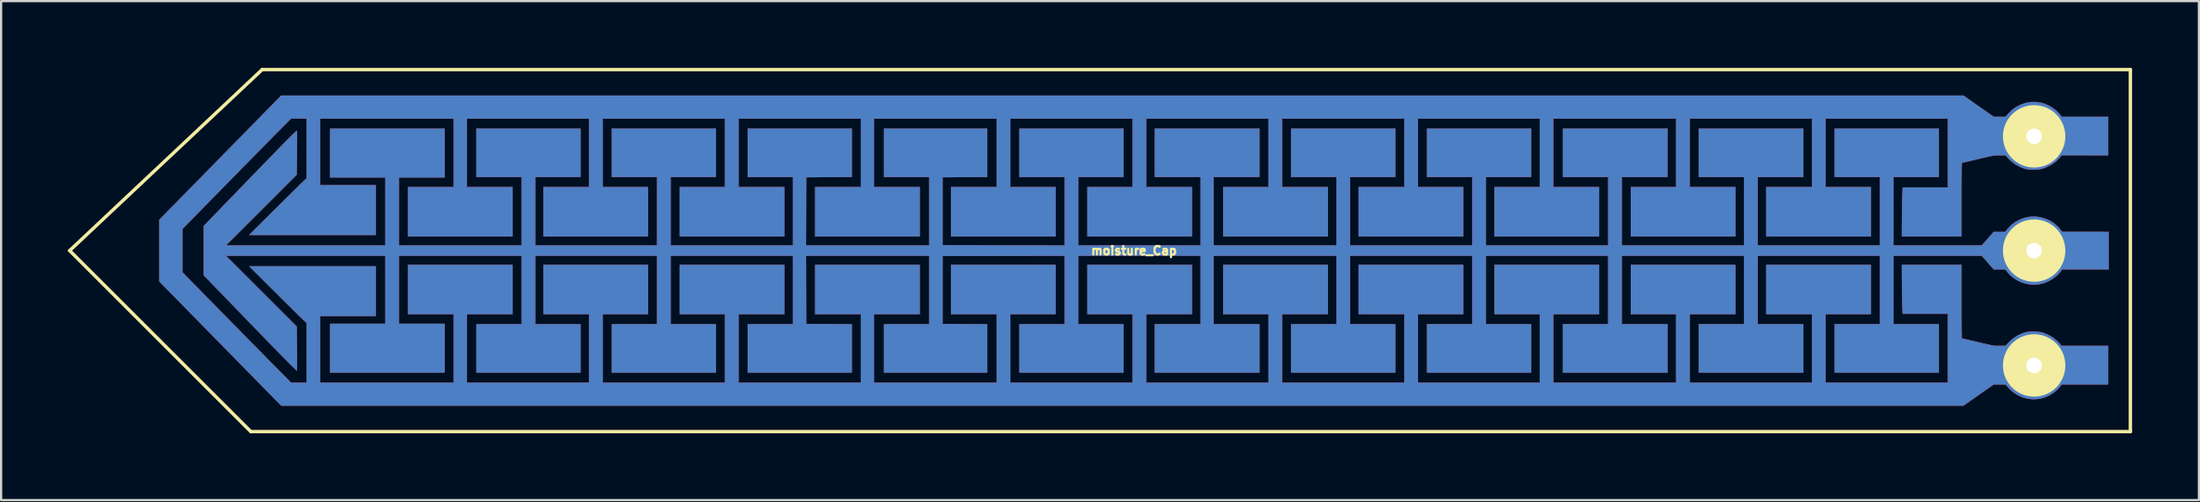
<source format=kicad_pcb>
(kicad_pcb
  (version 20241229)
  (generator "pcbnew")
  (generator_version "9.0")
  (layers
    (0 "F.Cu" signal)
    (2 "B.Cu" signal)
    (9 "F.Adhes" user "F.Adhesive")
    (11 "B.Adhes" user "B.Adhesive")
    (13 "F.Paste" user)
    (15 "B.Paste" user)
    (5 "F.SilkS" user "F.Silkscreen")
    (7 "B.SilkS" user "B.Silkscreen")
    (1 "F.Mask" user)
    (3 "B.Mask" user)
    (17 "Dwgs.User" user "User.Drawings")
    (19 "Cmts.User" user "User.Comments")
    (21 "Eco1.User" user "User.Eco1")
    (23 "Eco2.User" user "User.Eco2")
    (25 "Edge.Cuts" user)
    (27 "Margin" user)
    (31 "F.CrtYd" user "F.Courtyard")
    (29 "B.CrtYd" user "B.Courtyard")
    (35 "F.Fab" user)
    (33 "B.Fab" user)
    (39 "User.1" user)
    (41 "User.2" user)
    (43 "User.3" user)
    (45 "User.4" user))
  (footprint "moisture_Cap"
    (layer "F.Cu")
    (at 47.827 8.203)
    (property "Reference" "moisture_Cap" (at 0 0 0) (layer "F.SilkS") (effects (font (size 0.381 0.381) (thickness 0.095))))
    (attr through_hole)
    (fp_poly (pts (xy 43.731 0.846) (xy 42.687 0.846) (xy 41.643 0.846) (xy 41.559 0.955) (xy 41.43 1.1) (xy 41.27 1.232) (xy 41.09 1.346) (xy 40.899 1.435) (xy 40.841 1.458) (xy 40.731 1.483) (xy 40.731 -0.03) (xy 40.711 -0.13) (xy 40.663 -0.218) (xy 40.592 -0.292) (xy 40.498 -0.34) (xy 40.381 -0.361) (xy 40.376 -0.361) (xy 40.256 -0.34) (xy 40.155 -0.284) (xy 40.076 -0.198) (xy 40.028 -0.091) (xy 40.015 0.028) (xy 40.041 0.137) (xy 40.099 0.231) (xy 40.183 0.305) (xy 40.287 0.351) (xy 40.371 0.361) (xy 40.447 0.353) (xy 40.513 0.338) (xy 40.531 0.33) (xy 40.627 0.259) (xy 40.691 0.173) (xy 40.726 0.074) (xy 40.731 -0.03) (xy 40.731 1.483) (xy 40.607 1.514) (xy 40.368 1.532) (xy 40.129 1.511) (xy 39.896 1.455) (xy 39.675 1.364) (xy 39.472 1.24) (xy 39.289 1.085) (xy 39.192 0.975) (xy 39.088 0.846) (xy 38.832 0.846) (xy 38.572 0.846) (xy 38.306 0.541) (xy 38.036 0.234) (xy 36.058 0.234) (xy 34.079 0.234) (xy 34.079 1.768) (xy 34.079 3.302) (xy 35.095 3.302) (xy 36.111 3.302) (xy 36.111 4.392) (xy 36.111 5.481) (xy 33.772 5.481) (xy 31.433 5.481) (xy 31.433 4.392) (xy 31.433 3.302) (xy 32.449 3.302) (xy 33.465 3.302) (xy 33.465 1.768) (xy 33.465 0.234) (xy 30.724 0.234) (xy 27.983 0.234) (xy 27.983 1.768) (xy 27.983 3.302) (xy 29.009 3.302) (xy 30.035 3.302) (xy 30.035 4.392) (xy 30.035 5.481) (xy 27.686 5.481) (xy 25.337 5.481) (xy 25.337 4.392) (xy 25.337 3.302) (xy 26.352 3.302) (xy 27.369 3.302) (xy 27.369 1.768) (xy 27.369 0.234) (xy 24.628 0.234) (xy 21.887 0.234) (xy 21.887 1.768) (xy 21.887 3.302) (xy 22.913 3.302) (xy 23.939 3.302) (xy 23.939 4.392) (xy 23.939 5.481) (xy 21.59 5.481) (xy 19.241 5.481) (xy 19.241 4.392) (xy 19.241 3.302) (xy 20.256 3.302) (xy 21.273 3.302) (xy 21.273 1.768) (xy 21.273 0.234) (xy 18.532 0.234) (xy 15.791 0.234) (xy 15.791 1.768) (xy 15.791 3.302) (xy 16.807 3.302) (xy 17.823 3.302) (xy 17.823 4.392) (xy 17.823 5.481) (xy 15.484 5.481) (xy 13.145 5.481) (xy 13.145 4.392) (xy 13.145 3.302) (xy 14.161 3.302) (xy 15.177 3.302) (xy 15.177 1.768) (xy 15.177 0.234) (xy 12.436 0.234) (xy 9.695 0.234) (xy 9.695 1.768) (xy 9.695 3.302) (xy 10.711 3.302) (xy 11.727 3.302) (xy 11.727 4.392) (xy 11.727 5.481) (xy 9.388 5.481) (xy 7.048 5.481) (xy 7.048 4.392) (xy 7.048 3.302) (xy 8.065 3.302) (xy 9.081 3.302) (xy 9.081 1.768) (xy 9.081 0.234) (xy 6.33 0.234) (xy 3.576 0.234) (xy 3.576 1.768) (xy 3.576 3.302) (xy 4.605 3.302) (xy 5.631 3.302) (xy 5.631 4.392) (xy 5.631 5.481) (xy 3.282 5.481) (xy 0.932 5.481) (xy 0.932 4.392) (xy 0.932 3.302) (xy 1.958 3.302) (xy 2.985 3.302) (xy 2.985 1.768) (xy 2.985 0.234) (xy 0.244 0.234) (xy -2.497 0.234) (xy -2.497 1.768) (xy -2.497 3.302) (xy -1.481 3.302) (xy -0.465 3.302) (xy -0.465 4.392) (xy -0.465 5.481) (xy -2.804 5.481) (xy -5.144 5.481) (xy -5.144 4.392) (xy -5.144 3.302) (xy -4.128 3.302) (xy -3.111 3.302) (xy -3.111 1.768) (xy -3.111 0.234) (xy -5.847 0.239) (xy -8.583 0.244) (xy -8.583 1.768) (xy -8.583 3.292) (xy -7.584 3.297) (xy -6.584 3.302) (xy -6.584 4.392) (xy -6.584 5.481) (xy -8.9 5.481) (xy -11.219 5.481) (xy -11.219 4.392) (xy -11.219 3.302) (xy -10.203 3.302) (xy -9.187 3.302) (xy -9.187 1.768) (xy -9.187 0.234) (xy -11.948 0.234) (xy -14.712 0.234) (xy -14.707 1.763) (xy -14.702 3.292) (xy -13.68 3.297) (xy -12.657 3.302) (xy -12.657 4.392) (xy -12.657 5.481) (xy -14.996 5.481) (xy -17.335 5.481) (xy -17.335 4.392) (xy -17.335 3.302) (xy -16.32 3.302) (xy -15.303 3.302) (xy -15.303 1.768) (xy -15.303 0.234) (xy -18.044 0.234) (xy -20.785 0.234) (xy -20.785 1.768) (xy -20.785 3.302) (xy -19.769 3.302) (xy -18.753 3.302) (xy -18.753 4.392) (xy -18.753 5.481) (xy -21.092 5.481) (xy -23.431 5.481) (xy -23.431 4.392) (xy -23.431 3.302) (xy -22.416 3.302) (xy -21.399 3.302) (xy -21.399 1.768) (xy -21.399 0.234) (xy -24.13 0.234) (xy -26.86 0.234) (xy -26.86 1.768) (xy -26.86 3.302) (xy -25.845 3.302) (xy -24.828 3.302) (xy -24.828 4.392) (xy -24.828 5.481) (xy -27.168 5.481) (xy -29.507 5.481) (xy -29.507 4.392) (xy -29.507 3.302) (xy -28.491 3.302) (xy -27.475 3.302) (xy -27.475 1.768) (xy -27.475 0.234) (xy -30.226 0.234) (xy -32.977 0.234) (xy -32.977 1.758) (xy -32.977 3.282) (xy -31.951 3.282) (xy -30.924 3.282) (xy -30.924 4.381) (xy -30.924 5.481) (xy -33.498 5.481) (xy -36.068 5.481) (xy -36.068 4.381) (xy -36.068 3.282) (xy -34.831 3.282) (xy -33.592 3.282) (xy -33.592 1.758) (xy -33.592 0.234) (xy -37.163 0.234) (xy -40.737 0.234) (xy -39.149 1.819) (xy -37.564 3.406) (xy -37.554 4.374) (xy -37.551 4.575) (xy -37.551 4.763) (xy -37.551 4.933) (xy -37.549 5.085) (xy -37.549 5.21) (xy -37.551 5.304) (xy -37.551 5.364) (xy -37.554 5.385) (xy -37.562 5.385) (xy -37.584 5.367) (xy -37.622 5.334) (xy -37.678 5.281) (xy -37.752 5.21) (xy -37.846 5.118) (xy -37.958 5.006) (xy -38.092 4.869) (xy -38.25 4.709) (xy -38.43 4.524) (xy -38.636 4.313) (xy -38.867 4.077) (xy -39.126 3.81) (xy -39.413 3.513) (xy -39.444 3.48) (xy -39.682 3.236) (xy -39.914 2.997) (xy -40.137 2.764) (xy -40.353 2.543) (xy -40.556 2.332) (xy -40.747 2.134) (xy -40.922 1.953) (xy -41.079 1.791) (xy -41.217 1.648) (xy -41.333 1.529) (xy -41.427 1.433) (xy -41.493 1.361) (xy -41.534 1.321) (xy -41.74 1.107) (xy -41.74 0) (xy -41.74 -1.107) (xy -41.534 -1.321) (xy -41.493 -1.364) (xy -41.425 -1.433) (xy -41.331 -1.532) (xy -41.214 -1.651) (xy -41.077 -1.793) (xy -40.919 -1.958) (xy -40.744 -2.139) (xy -40.554 -2.334) (xy -40.35 -2.545) (xy -40.135 -2.769) (xy -39.908 -3) (xy -39.677 -3.241) (xy -39.444 -3.482) (xy -39.154 -3.78) (xy -38.895 -4.049) (xy -38.659 -4.29) (xy -38.451 -4.503) (xy -38.268 -4.691) (xy -38.11 -4.854) (xy -37.973 -4.991) (xy -37.856 -5.108) (xy -37.762 -5.202) (xy -37.686 -5.276) (xy -37.628 -5.329) (xy -37.587 -5.364) (xy -37.562 -5.385) (xy -37.554 -5.387) (xy -37.551 -5.357) (xy -37.551 -5.291) (xy -37.549 -5.189) (xy -37.549 -5.06) (xy -37.551 -4.905) (xy -37.551 -4.732) (xy -37.554 -4.542) (xy -37.554 -4.376) (xy -37.564 -3.406) (xy -39.149 -1.819) (xy -40.737 -0.234) (xy -37.163 -0.234) (xy -33.592 -0.234) (xy -33.592 -1.758) (xy -33.592 -3.282) (xy -34.831 -3.282) (xy -36.068 -3.282) (xy -36.068 -4.381) (xy -36.068 -5.481) (xy -33.498 -5.481) (xy -30.924 -5.481) (xy -30.924 -4.381) (xy -30.924 -3.282) (xy -31.951 -3.282) (xy -32.977 -3.282) (xy -32.977 -1.758) (xy -32.977 -0.234) (xy -30.226 -0.234) (xy -27.475 -0.234) (xy -27.475 -1.768) (xy -27.475 -3.302) (xy -28.491 -3.302) (xy -29.507 -3.302) (xy -29.507 -4.392) (xy -29.507 -5.481) (xy -27.168 -5.481) (xy -24.828 -5.481) (xy -24.828 -4.392) (xy -24.828 -3.302) (xy -25.845 -3.302) (xy -26.86 -3.302) (xy -26.86 -1.768) (xy -26.86 -0.234) (xy -24.13 -0.234) (xy -21.399 -0.234) (xy -21.399 -1.768) (xy -21.399 -3.302) (xy -22.416 -3.302) (xy -23.431 -3.302) (xy -23.431 -4.392) (xy -23.431 -5.481) (xy -21.092 -5.481) (xy -18.753 -5.481) (xy -18.753 -4.392) (xy -18.753 -3.302) (xy -19.769 -3.302) (xy -20.785 -3.302) (xy -20.785 -1.768) (xy -20.785 -0.234) (xy -18.044 -0.234) (xy -15.303 -0.234) (xy -15.303 -1.768) (xy -15.303 -3.302) (xy -16.32 -3.302) (xy -17.335 -3.302) (xy -17.335 -4.392) (xy -17.335 -5.481) (xy -14.996 -5.481) (xy -12.657 -5.481) (xy -12.657 -4.392) (xy -12.657 -3.302) (xy -13.68 -3.297) (xy -14.702 -3.292) (xy -14.707 -1.763) (xy -14.712 -0.234) (xy -11.948 -0.234) (xy -9.187 -0.234) (xy -9.187 -1.768) (xy -9.187 -3.302) (xy -10.203 -3.302) (xy -11.219 -3.302) (xy -11.219 -4.392) (xy -11.219 -5.481) (xy -8.9 -5.481) (xy -6.584 -5.481) (xy -6.584 -4.392) (xy -6.584 -3.302) (xy -7.584 -3.297) (xy -8.583 -3.292) (xy -8.583 -1.768) (xy -8.583 -0.244) (xy -5.847 -0.239) (xy -3.111 -0.234) (xy -3.111 -1.768) (xy -3.111 -3.302) (xy -4.128 -3.302) (xy -5.144 -3.302) (xy -5.144 -4.392) (xy -5.144 -5.481) (xy -2.804 -5.481) (xy -0.465 -5.481) (xy -0.465 -4.392) (xy -0.465 -3.302) (xy -1.481 -3.302) (xy -2.497 -3.302) (xy -2.497 -1.768) (xy -2.497 -0.234) (xy 0.244 -0.234) (xy 2.985 -0.234) (xy 2.985 -1.768) (xy 2.985 -3.302) (xy 1.958 -3.302) (xy 0.932 -3.302) (xy 0.932 -4.392) (xy 0.932 -5.481) (xy 3.282 -5.481) (xy 5.631 -5.481) (xy 5.631 -4.392) (xy 5.631 -3.302) (xy 4.605 -3.302) (xy 3.576 -3.302) (xy 3.576 -1.768) (xy 3.576 -0.234) (xy 6.33 -0.234) (xy 9.081 -0.234) (xy 9.081 -1.768) (xy 9.081 -3.302) (xy 8.065 -3.302) (xy 7.048 -3.302) (xy 7.048 -4.392) (xy 7.048 -5.481) (xy 9.388 -5.481) (xy 11.727 -5.481) (xy 11.727 -4.392) (xy 11.727 -3.302) (xy 10.711 -3.302) (xy 9.695 -3.302) (xy 9.695 -1.768) (xy 9.695 -0.234) (xy 12.436 -0.234) (xy 15.177 -0.234) (xy 15.177 -1.768) (xy 15.177 -3.302) (xy 14.161 -3.302) (xy 13.145 -3.302) (xy 13.145 -4.392) (xy 13.145 -5.481) (xy 15.484 -5.481) (xy 17.823 -5.481) (xy 17.823 -4.392) (xy 17.823 -3.302) (xy 16.807 -3.302) (xy 15.791 -3.302) (xy 15.791 -1.768) (xy 15.791 -0.234) (xy 18.532 -0.234) (xy 21.273 -0.234) (xy 21.273 -1.768) (xy 21.273 -3.302) (xy 20.256 -3.302) (xy 19.241 -3.302) (xy 19.241 -4.392) (xy 19.241 -5.481) (xy 21.59 -5.481) (xy 23.939 -5.481) (xy 23.939 -4.392) (xy 23.939 -3.302) (xy 22.913 -3.302) (xy 21.887 -3.302) (xy 21.887 -1.768) (xy 21.887 -0.234) (xy 24.628 -0.234) (xy 27.369 -0.234) (xy 27.369 -1.768) (xy 27.369 -3.302) (xy 26.352 -3.302) (xy 25.337 -3.302) (xy 25.337 -4.392) (xy 25.337 -5.481) (xy 27.686 -5.481) (xy 30.035 -5.481) (xy 30.035 -4.392) (xy 30.035 -3.302) (xy 29.009 -3.302) (xy 27.983 -3.302) (xy 27.983 -1.768) (xy 27.983 -0.234) (xy 30.724 -0.234) (xy 33.465 -0.234) (xy 33.465 -1.768) (xy 33.465 -3.302) (xy 32.449 -3.302) (xy 31.433 -3.302) (xy 31.433 -4.392) (xy 31.433 -5.481) (xy 33.772 -5.481) (xy 36.111 -5.481) (xy 36.111 -4.392) (xy 36.111 -3.302) (xy 35.095 -3.302) (xy 34.079 -3.302) (xy 34.079 -1.768) (xy 34.079 -0.234) (xy 36.058 -0.234) (xy 38.036 -0.234) (xy 38.306 -0.541) (xy 38.572 -0.846) (xy 38.832 -0.846) (xy 39.088 -0.846) (xy 39.192 -0.975) (xy 39.355 -1.148) (xy 39.548 -1.293) (xy 39.764 -1.405) (xy 39.997 -1.486) (xy 40.193 -1.521) (xy 40.424 -1.532) (xy 40.658 -1.501) (xy 40.886 -1.438) (xy 41.102 -1.341) (xy 41.3 -1.212) (xy 41.473 -1.059) (xy 41.559 -0.955) (xy 41.643 -0.848) (xy 42.687 -0.848) (xy 43.731 -0.846) (xy 43.731 0) (xy 43.731 0.846)) (stroke (width 0.003) (type solid)) (fill yes) (layer "F.Cu"))
    (fp_poly (pts (xy 43.708 6.012) (xy 42.667 6.012) (xy 41.623 6.012) (xy 41.534 6.126) (xy 41.407 6.264) (xy 41.25 6.388) (xy 41.072 6.5) (xy 40.886 6.584) (xy 40.836 6.604) (xy 40.731 6.629) (xy 40.731 5.09) (xy 40.726 5.062) (xy 40.676 4.948) (xy 40.599 4.867) (xy 40.498 4.818) (xy 40.376 4.803) (xy 40.249 4.818) (xy 40.15 4.867) (xy 40.091 4.925) (xy 40.035 5.027) (xy 40.015 5.133) (xy 40.028 5.24) (xy 40.071 5.337) (xy 40.142 5.418) (xy 40.234 5.476) (xy 40.343 5.502) (xy 40.371 5.504) (xy 40.447 5.497) (xy 40.513 5.481) (xy 40.531 5.474) (xy 40.625 5.403) (xy 40.693 5.309) (xy 40.731 5.202) (xy 40.731 5.09) (xy 40.731 6.629) (xy 40.597 6.662) (xy 40.356 6.678) (xy 40.117 6.657) (xy 39.883 6.596) (xy 39.662 6.5) (xy 39.456 6.368) (xy 39.268 6.2) (xy 39.195 6.116) (xy 39.106 6.012) (xy 38.839 6.012) (xy 38.572 6.012) (xy 37.892 6.487) (xy 37.214 6.965) (xy -0.523 6.965) (xy -38.26 6.965) (xy -40.996 4.176) (xy -43.731 1.387) (xy -43.731 0) (xy -43.731 -1.387) (xy -40.996 -4.176) (xy -38.26 -6.965) (xy -0.523 -6.965) (xy 37.214 -6.965) (xy 37.892 -6.487) (xy 38.572 -6.012) (xy 38.839 -6.012) (xy 39.106 -6.012) (xy 39.195 -6.119) (xy 39.37 -6.299) (xy 39.571 -6.447) (xy 39.784 -6.558) (xy 40.013 -6.634) (xy 40.249 -6.675) (xy 40.49 -6.675) (xy 40.731 -6.634) (xy 40.836 -6.604) (xy 41.021 -6.525) (xy 41.201 -6.421) (xy 41.366 -6.299) (xy 41.501 -6.165) (xy 41.534 -6.126) (xy 41.623 -6.012) (xy 42.667 -6.012) (xy 43.708 -6.012) (xy 43.708 -5.144) (xy 43.708 -4.275) (xy 42.664 -4.277) (xy 41.618 -4.277) (xy 41.519 -4.161) (xy 41.344 -3.985) (xy 41.138 -3.843) (xy 40.904 -3.729) (xy 40.767 -3.68) (xy 40.731 -3.673) (xy 40.731 -5.105) (xy 40.729 -5.215) (xy 40.724 -5.235) (xy 40.673 -5.347) (xy 40.594 -5.431) (xy 40.493 -5.486) (xy 40.376 -5.504) (xy 40.259 -5.486) (xy 40.162 -5.436) (xy 40.086 -5.359) (xy 40.038 -5.265) (xy 40.015 -5.161) (xy 40.028 -5.052) (xy 40.074 -4.948) (xy 40.091 -4.925) (xy 40.137 -4.877) (xy 40.18 -4.844) (xy 40.282 -4.811) (xy 40.396 -4.801) (xy 40.508 -4.818) (xy 40.569 -4.844) (xy 40.648 -4.907) (xy 40.703 -4.999) (xy 40.731 -5.105) (xy 40.731 -3.673) (xy 40.632 -3.65) (xy 40.47 -3.635) (xy 40.302 -3.63) (xy 40.14 -3.642) (xy 40 -3.665) (xy 39.992 -3.668) (xy 39.748 -3.757) (xy 39.53 -3.876) (xy 39.329 -4.036) (xy 39.228 -4.138) (xy 39.101 -4.275) (xy 38.832 -4.275) (xy 38.758 -4.275) (xy 38.694 -4.275) (xy 38.633 -4.27) (xy 38.57 -4.265) (xy 38.501 -4.252) (xy 38.417 -4.237) (xy 38.313 -4.214) (xy 38.186 -4.186) (xy 38.029 -4.148) (xy 37.859 -4.107) (xy 37.694 -4.067) (xy 37.541 -4.031) (xy 37.404 -3.998) (xy 37.292 -3.973) (xy 37.208 -3.952) (xy 37.155 -3.94) (xy 37.142 -3.937) (xy 37.14 -3.917) (xy 37.137 -3.858) (xy 37.135 -3.762) (xy 37.132 -3.632) (xy 37.132 -3.475) (xy 37.13 -3.292) (xy 37.127 -3.084) (xy 37.127 -2.857) (xy 37.127 -2.614) (xy 37.127 -2.355) (xy 37.127 -2.286) (xy 37.127 -0.635) (xy 35.789 -0.635) (xy 34.45 -0.635) (xy 34.453 -1.455) (xy 34.455 -1.651) (xy 34.458 -1.847) (xy 34.46 -2.035) (xy 34.463 -2.205) (xy 34.465 -2.355) (xy 34.468 -2.474) (xy 34.473 -2.555) (xy 34.486 -2.837) (xy 35.499 -2.837) (xy 36.513 -2.837) (xy 36.513 -4.381) (xy 36.513 -5.926) (xy 33.772 -5.926) (xy 31.031 -5.926) (xy 31.031 -4.392) (xy 31.031 -2.857) (xy 32.047 -2.857) (xy 33.063 -2.857) (xy 33.063 -1.748) (xy 33.063 -0.635) (xy 30.714 -0.635) (xy 28.364 -0.635) (xy 28.364 -1.748) (xy 28.364 -2.857) (xy 29.39 -2.857) (xy 30.416 -2.857) (xy 30.416 -4.392) (xy 30.416 -5.926) (xy 27.676 -5.926) (xy 24.935 -5.926) (xy 24.935 -4.392) (xy 24.935 -2.857) (xy 25.961 -2.857) (xy 26.988 -2.857) (xy 26.988 -1.748) (xy 26.988 -0.635) (xy 24.638 -0.635) (xy 22.288 -0.635) (xy 22.288 -1.748) (xy 22.288 -2.857) (xy 23.305 -2.857) (xy 24.32 -2.857) (xy 24.32 -4.392) (xy 24.32 -5.926) (xy 21.57 -5.926) (xy 18.816 -5.926) (xy 18.816 -4.392) (xy 18.816 -2.857) (xy 19.845 -2.857) (xy 20.871 -2.857) (xy 20.871 -1.748) (xy 20.871 -0.635) (xy 18.522 -0.635) (xy 16.172 -0.635) (xy 16.172 -1.748) (xy 16.172 -2.857) (xy 17.188 -2.857) (xy 18.204 -2.857) (xy 18.204 -4.392) (xy 18.204 -5.926) (xy 15.474 -5.926) (xy 12.743 -5.926) (xy 12.743 -4.392) (xy 12.743 -2.857) (xy 13.759 -2.857) (xy 14.775 -2.857) (xy 14.775 -1.748) (xy 14.775 -0.635) (xy 12.426 -0.635) (xy 10.076 -0.635) (xy 10.076 -1.748) (xy 10.076 -2.857) (xy 11.102 -2.857) (xy 12.129 -2.857) (xy 12.129 -4.392) (xy 12.129 -5.926) (xy 9.388 -5.926) (xy 6.647 -5.926) (xy 6.647 -4.392) (xy 6.647 -2.857) (xy 7.673 -2.857) (xy 8.7 -2.857) (xy 8.7 -1.748) (xy 8.7 -0.635) (xy 6.35 -0.635) (xy 4 -0.635) (xy 4 -1.748) (xy 4 -2.857) (xy 5.016 -2.857) (xy 6.032 -2.857) (xy 6.032 -4.392) (xy 6.032 -5.926) (xy 3.292 -5.926) (xy 0.551 -5.926) (xy 0.551 -4.392) (xy 0.551 -2.857) (xy 1.577 -2.857) (xy 2.603 -2.857) (xy 2.603 -1.748) (xy 2.603 -0.635) (xy 0.254 -0.635) (xy -2.095 -0.635) (xy -2.095 -1.748) (xy -2.095 -2.857) (xy -1.079 -2.857) (xy -0.064 -2.857) (xy -0.064 -4.392) (xy -0.064 -5.926) (xy -2.804 -5.926) (xy -5.545 -5.926) (xy -5.545 -4.392) (xy -5.545 -2.857) (xy -4.529 -2.857) (xy -3.513 -2.857) (xy -3.513 -1.748) (xy -3.513 -0.635) (xy -5.862 -0.635) (xy -8.212 -0.635) (xy -8.212 -1.748) (xy -8.212 -2.857) (xy -7.186 -2.857) (xy -6.16 -2.857) (xy -6.16 -4.392) (xy -6.16 -5.926) (xy -8.91 -5.926) (xy -11.664 -5.926) (xy -11.664 -4.392) (xy -11.664 -2.857) (xy -10.638 -2.857) (xy -9.609 -2.857) (xy -9.609 -1.748) (xy -9.609 -0.635) (xy -11.958 -0.635) (xy -14.308 -0.635) (xy -14.308 -1.748) (xy -14.308 -2.857) (xy -13.282 -2.857) (xy -12.255 -2.857) (xy -12.255 -4.392) (xy -12.255 -5.926) (xy -14.996 -5.926) (xy -17.737 -5.926) (xy -17.737 -4.392) (xy -17.737 -2.857) (xy -16.711 -2.857) (xy -15.684 -2.857) (xy -15.684 -1.748) (xy -15.684 -0.635) (xy -18.034 -0.635) (xy -20.384 -0.635) (xy -20.384 -1.748) (xy -20.384 -2.857) (xy -19.367 -2.857) (xy -18.352 -2.857) (xy -18.352 -4.392) (xy -18.352 -5.926) (xy -21.092 -5.926) (xy -23.833 -5.926) (xy -23.833 -4.392) (xy -23.833 -2.857) (xy -22.817 -2.857) (xy -21.801 -2.857) (xy -21.801 -1.748) (xy -21.801 -0.635) (xy -24.15 -0.635) (xy -26.5 -0.635) (xy -26.5 -1.748) (xy -26.5 -2.857) (xy -25.474 -2.857) (xy -24.448 -2.857) (xy -24.448 -4.392) (xy -24.448 -5.926) (xy -27.188 -5.926) (xy -29.929 -5.926) (xy -29.929 -4.392) (xy -29.929 -2.857) (xy -28.903 -2.857) (xy -27.877 -2.857) (xy -27.877 -1.748) (xy -27.877 -0.635) (xy -30.226 -0.635) (xy -32.575 -0.635) (xy -32.575 -1.748) (xy -32.575 -2.857) (xy -31.549 -2.857) (xy -30.523 -2.857) (xy -30.523 -4.392) (xy -30.523 -5.926) (xy -33.518 -5.926) (xy -36.513 -5.926) (xy -36.513 -4.435) (xy -36.513 -2.941) (xy -35.263 -2.941) (xy -34.016 -2.941) (xy -34.016 -1.821) (xy -34.016 -0.699) (xy -36.86 -0.699) (xy -39.705 -0.699) (xy -38.506 -1.892) (xy -38.316 -2.08) (xy -38.133 -2.261) (xy -37.96 -2.433) (xy -37.8 -2.591) (xy -37.653 -2.736) (xy -37.523 -2.865) (xy -37.414 -2.974) (xy -37.325 -3.061) (xy -37.259 -3.124) (xy -37.224 -3.16) (xy -37.216 -3.165) (xy -37.127 -3.244) (xy -37.127 -4.585) (xy -37.127 -5.926) (xy -37.473 -5.928) (xy -37.816 -5.928) (xy -38.336 -5.403) (xy -38.417 -5.321) (xy -38.527 -5.212) (xy -38.661 -5.075) (xy -38.816 -4.917) (xy -38.992 -4.74) (xy -39.185 -4.544) (xy -39.393 -4.331) (xy -39.614 -4.107) (xy -39.845 -3.873) (xy -40.084 -3.63) (xy -40.328 -3.381) (xy -40.574 -3.129) (xy -40.775 -2.924) (xy -42.692 -0.97) (xy -42.692 0) (xy -42.692 0.97) (xy -40.775 2.924) (xy -40.528 3.178) (xy -40.282 3.426) (xy -40.038 3.675) (xy -39.802 3.917) (xy -39.571 4.15) (xy -39.352 4.371) (xy -39.146 4.58) (xy -38.959 4.773) (xy -38.786 4.948) (xy -38.633 5.103) (xy -38.504 5.232) (xy -38.4 5.339) (xy -38.336 5.403) (xy -37.816 5.926) (xy -37.473 5.926) (xy -37.127 5.926) (xy -37.127 4.585) (xy -37.127 3.244) (xy -37.216 3.165) (xy -37.247 3.137) (xy -37.302 3.081) (xy -37.384 3.002) (xy -37.488 2.901) (xy -37.612 2.776) (xy -37.755 2.637) (xy -37.91 2.482) (xy -38.08 2.314) (xy -38.26 2.136) (xy -38.448 1.948) (xy -38.506 1.892) (xy -39.705 0.699) (xy -36.86 0.699) (xy -34.016 0.699) (xy -34.016 1.821) (xy -34.016 2.941) (xy -35.263 2.941) (xy -36.513 2.941) (xy -36.513 4.435) (xy -36.513 5.926) (xy -33.518 5.926) (xy -30.523 5.926) (xy -30.523 4.392) (xy -30.523 2.857) (xy -31.549 2.857) (xy -32.575 2.857) (xy -32.575 1.748) (xy -32.575 0.635) (xy -30.226 0.635) (xy -27.877 0.635) (xy -27.877 1.748) (xy -27.877 2.857) (xy -28.903 2.857) (xy -29.929 2.857) (xy -29.929 4.392) (xy -29.929 5.926) (xy -27.188 5.926) (xy -24.448 5.926) (xy -24.448 4.392) (xy -24.448 2.857) (xy -25.474 2.857) (xy -26.5 2.857) (xy -26.5 1.748) (xy -26.5 0.635) (xy -24.15 0.635) (xy -21.801 0.635) (xy -21.801 1.748) (xy -21.801 2.857) (xy -22.817 2.857) (xy -23.833 2.857) (xy -23.833 4.392) (xy -23.833 5.926) (xy -21.092 5.926) (xy -18.352 5.926) (xy -18.352 4.392) (xy -18.352 2.857) (xy -19.367 2.857) (xy -20.384 2.857) (xy -20.384 1.748) (xy -20.384 0.635) (xy -18.034 0.635) (xy -15.684 0.635) (xy -15.684 1.748) (xy -15.684 2.857) (xy -16.711 2.857) (xy -17.737 2.857) (xy -17.737 4.392) (xy -17.737 5.926) (xy -14.996 5.926) (xy -12.255 5.926) (xy -12.255 4.392) (xy -12.255 2.857) (xy -13.282 2.857) (xy -14.308 2.857) (xy -14.308 1.748) (xy -14.308 0.635) (xy -11.958 0.635) (xy -9.609 0.635) (xy -9.609 1.748) (xy -9.609 2.857) (xy -10.638 2.857) (xy -11.664 2.857) (xy -11.664 4.392) (xy -11.664 5.926) (xy -8.91 5.926) (xy -6.16 5.926) (xy -6.16 4.392) (xy -6.16 2.857) (xy -7.186 2.857) (xy -8.212 2.857) (xy -8.212 1.748) (xy -8.212 0.635) (xy -5.862 0.635) (xy -3.513 0.635) (xy -3.513 1.748) (xy -3.513 2.857) (xy -4.529 2.857) (xy -5.545 2.857) (xy -5.545 4.392) (xy -5.545 5.926) (xy -2.804 5.926) (xy -0.064 5.926) (xy -0.064 4.392) (xy -0.064 2.857) (xy -1.079 2.857) (xy -2.095 2.857) (xy -2.095 1.748) (xy -2.095 0.635) (xy 0.254 0.635) (xy 2.603 0.635) (xy 2.603 1.748) (xy 2.603 2.857) (xy 1.577 2.857) (xy 0.551 2.857) (xy 0.551 4.392) (xy 0.551 5.926) (xy 3.292 5.926) (xy 6.032 5.926) (xy 6.032 4.392) (xy 6.032 2.857) (xy 5.016 2.857) (xy 4 2.857) (xy 4 1.748) (xy 4 0.635) (xy 6.35 0.635) (xy 8.7 0.635) (xy 8.7 1.748) (xy 8.7 2.857) (xy 7.673 2.857) (xy 6.647 2.857) (xy 6.647 4.392) (xy 6.647 5.926) (xy 9.388 5.926) (xy 12.129 5.926) (xy 12.129 4.392) (xy 12.129 2.857) (xy 11.102 2.857) (xy 10.076 2.857) (xy 10.076 1.748) (xy 10.076 0.635) (xy 12.426 0.635) (xy 14.775 0.635) (xy 14.775 1.748) (xy 14.775 2.857) (xy 13.759 2.857) (xy 12.743 2.857) (xy 12.743 4.392) (xy 12.743 5.926) (xy 15.474 5.926) (xy 18.204 5.926) (xy 18.204 4.392) (xy 18.204 2.857) (xy 17.188 2.857) (xy 16.172 2.857) (xy 16.172 1.748) (xy 16.172 0.635) (xy 18.522 0.635) (xy 20.871 0.635) (xy 20.871 1.748) (xy 20.871 2.857) (xy 19.845 2.857) (xy 18.816 2.857) (xy 18.816 4.392) (xy 18.816 5.926) (xy 21.57 5.926) (xy 24.32 5.926) (xy 24.32 4.392) (xy 24.32 2.857) (xy 23.305 2.857) (xy 22.288 2.857) (xy 22.288 1.748) (xy 22.288 0.635) (xy 24.638 0.635) (xy 26.988 0.635) (xy 26.988 1.748) (xy 26.988 2.857) (xy 25.961 2.857) (xy 24.935 2.857) (xy 24.935 4.392) (xy 24.935 5.926) (xy 27.676 5.926) (xy 30.416 5.926) (xy 30.416 4.392) (xy 30.416 2.857) (xy 29.39 2.857) (xy 28.364 2.857) (xy 28.364 1.748) (xy 28.364 0.635) (xy 30.714 0.635) (xy 33.063 0.635) (xy 33.063 1.748) (xy 33.063 2.857) (xy 32.047 2.857) (xy 31.031 2.857) (xy 31.031 4.392) (xy 31.031 5.926) (xy 33.772 5.926) (xy 36.513 5.926) (xy 36.513 4.381) (xy 36.513 2.837) (xy 35.499 2.837) (xy 34.486 2.837) (xy 34.473 2.555) (xy 34.468 2.469) (xy 34.465 2.347) (xy 34.463 2.197) (xy 34.46 2.024) (xy 34.458 1.836) (xy 34.455 1.643) (xy 34.453 1.455) (xy 34.45 0.635) (xy 35.789 0.635) (xy 37.127 0.635) (xy 37.127 2.286) (xy 37.127 2.548) (xy 37.127 2.794) (xy 37.127 3.025) (xy 37.13 3.239) (xy 37.13 3.429) (xy 37.132 3.594) (xy 37.135 3.731) (xy 37.137 3.835) (xy 37.137 3.904) (xy 37.14 3.937) (xy 37.142 3.937) (xy 37.165 3.942) (xy 37.224 3.955) (xy 37.315 3.978) (xy 37.435 4.006) (xy 37.574 4.039) (xy 37.729 4.074) (xy 37.859 4.107) (xy 38.049 4.153) (xy 38.204 4.188) (xy 38.329 4.216) (xy 38.428 4.239) (xy 38.509 4.255) (xy 38.578 4.265) (xy 38.641 4.272) (xy 38.702 4.275) (xy 38.765 4.275) (xy 38.832 4.275) (xy 39.101 4.275) (xy 39.228 4.138) (xy 39.418 3.96) (xy 39.627 3.818) (xy 39.855 3.711) (xy 39.992 3.668) (xy 40.129 3.642) (xy 40.289 3.63) (xy 40.46 3.632) (xy 40.622 3.65) (xy 40.759 3.678) (xy 40.767 3.68) (xy 41.016 3.777) (xy 41.237 3.904) (xy 41.427 4.061) (xy 41.519 4.161) (xy 41.618 4.275) (xy 42.664 4.275) (xy 43.708 4.275) (xy 43.708 5.144) (xy 43.708 6.012)) (stroke (width 0.003) (type solid)) (fill yes) (layer "F.Cu"))
    (fp_poly (pts (xy 43.731 0.846) (xy 42.687 0.846) (xy 41.643 0.846) (xy 41.559 0.955) (xy 41.43 1.1) (xy 41.27 1.232) (xy 41.09 1.346) (xy 40.899 1.435) (xy 40.841 1.458) (xy 40.731 1.483) (xy 40.731 -0.03) (xy 40.711 -0.13) (xy 40.663 -0.218) (xy 40.592 -0.292) (xy 40.498 -0.34) (xy 40.381 -0.361) (xy 40.376 -0.361) (xy 40.256 -0.34) (xy 40.155 -0.284) (xy 40.076 -0.198) (xy 40.028 -0.091) (xy 40.015 0.028) (xy 40.041 0.137) (xy 40.099 0.231) (xy 40.183 0.305) (xy 40.287 0.351) (xy 40.371 0.361) (xy 40.447 0.353) (xy 40.513 0.338) (xy 40.531 0.33) (xy 40.627 0.259) (xy 40.691 0.173) (xy 40.726 0.074) (xy 40.731 -0.03) (xy 40.731 1.483) (xy 40.607 1.514) (xy 40.368 1.532) (xy 40.129 1.511) (xy 39.896 1.455) (xy 39.675 1.364) (xy 39.472 1.24) (xy 39.289 1.085) (xy 39.192 0.975) (xy 39.088 0.846) (xy 38.832 0.846) (xy 38.572 0.846) (xy 38.306 0.541) (xy 38.036 0.234) (xy 36.058 0.234) (xy 34.079 0.234) (xy 34.079 1.768) (xy 34.079 3.302) (xy 35.095 3.302) (xy 36.111 3.302) (xy 36.111 4.392) (xy 36.111 5.481) (xy 33.772 5.481) (xy 31.433 5.481) (xy 31.433 4.392) (xy 31.433 3.302) (xy 32.449 3.302) (xy 33.465 3.302) (xy 33.465 1.768) (xy 33.465 0.234) (xy 30.724 0.234) (xy 27.983 0.234) (xy 27.983 1.768) (xy 27.983 3.302) (xy 29.009 3.302) (xy 30.035 3.302) (xy 30.035 4.392) (xy 30.035 5.481) (xy 27.686 5.481) (xy 25.337 5.481) (xy 25.337 4.392) (xy 25.337 3.302) (xy 26.352 3.302) (xy 27.369 3.302) (xy 27.369 1.768) (xy 27.369 0.234) (xy 24.628 0.234) (xy 21.887 0.234) (xy 21.887 1.768) (xy 21.887 3.302) (xy 22.913 3.302) (xy 23.939 3.302) (xy 23.939 4.392) (xy 23.939 5.481) (xy 21.59 5.481) (xy 19.241 5.481) (xy 19.241 4.392) (xy 19.241 3.302) (xy 20.256 3.302) (xy 21.273 3.302) (xy 21.273 1.768) (xy 21.273 0.234) (xy 18.532 0.234) (xy 15.791 0.234) (xy 15.791 1.768) (xy 15.791 3.302) (xy 16.807 3.302) (xy 17.823 3.302) (xy 17.823 4.392) (xy 17.823 5.481) (xy 15.484 5.481) (xy 13.145 5.481) (xy 13.145 4.392) (xy 13.145 3.302) (xy 14.161 3.302) (xy 15.177 3.302) (xy 15.177 1.768) (xy 15.177 0.234) (xy 12.436 0.234) (xy 9.695 0.234) (xy 9.695 1.768) (xy 9.695 3.302) (xy 10.711 3.302) (xy 11.727 3.302) (xy 11.727 4.392) (xy 11.727 5.481) (xy 9.388 5.481) (xy 7.048 5.481) (xy 7.048 4.392) (xy 7.048 3.302) (xy 8.065 3.302) (xy 9.081 3.302) (xy 9.081 1.768) (xy 9.081 0.234) (xy 6.33 0.234) (xy 3.576 0.234) (xy 3.576 1.768) (xy 3.576 3.302) (xy 4.605 3.302) (xy 5.631 3.302) (xy 5.631 4.392) (xy 5.631 5.481) (xy 3.282 5.481) (xy 0.932 5.481) (xy 0.932 4.392) (xy 0.932 3.302) (xy 1.958 3.302) (xy 2.985 3.302) (xy 2.985 1.768) (xy 2.985 0.234) (xy 0.244 0.234) (xy -2.497 0.234) (xy -2.497 1.768) (xy -2.497 3.302) (xy -1.481 3.302) (xy -0.465 3.302) (xy -0.465 4.392) (xy -0.465 5.481) (xy -2.804 5.481) (xy -5.144 5.481) (xy -5.144 4.392) (xy -5.144 3.302) (xy -4.128 3.302) (xy -3.111 3.302) (xy -3.111 1.768) (xy -3.111 0.234) (xy -5.847 0.239) (xy -8.583 0.244) (xy -8.583 1.768) (xy -8.583 3.292) (xy -7.584 3.297) (xy -6.584 3.302) (xy -6.584 4.392) (xy -6.584 5.481) (xy -8.9 5.481) (xy -11.219 5.481) (xy -11.219 4.392) (xy -11.219 3.302) (xy -10.203 3.302) (xy -9.187 3.302) (xy -9.187 1.768) (xy -9.187 0.234) (xy -11.948 0.234) (xy -14.712 0.234) (xy -14.707 1.763) (xy -14.702 3.292) (xy -13.68 3.297) (xy -12.657 3.302) (xy -12.657 4.392) (xy -12.657 5.481) (xy -14.996 5.481) (xy -17.335 5.481) (xy -17.335 4.392) (xy -17.335 3.302) (xy -16.32 3.302) (xy -15.303 3.302) (xy -15.303 1.768) (xy -15.303 0.234) (xy -18.044 0.234) (xy -20.785 0.234) (xy -20.785 1.768) (xy -20.785 3.302) (xy -19.769 3.302) (xy -18.753 3.302) (xy -18.753 4.392) (xy -18.753 5.481) (xy -21.092 5.481) (xy -23.431 5.481) (xy -23.431 4.392) (xy -23.431 3.302) (xy -22.416 3.302) (xy -21.399 3.302) (xy -21.399 1.768) (xy -21.399 0.234) (xy -24.13 0.234) (xy -26.86 0.234) (xy -26.86 1.768) (xy -26.86 3.302) (xy -25.845 3.302) (xy -24.828 3.302) (xy -24.828 4.392) (xy -24.828 5.481) (xy -27.168 5.481) (xy -29.507 5.481) (xy -29.507 4.392) (xy -29.507 3.302) (xy -28.491 3.302) (xy -27.475 3.302) (xy -27.475 1.768) (xy -27.475 0.234) (xy -30.226 0.234) (xy -32.977 0.234) (xy -32.977 1.758) (xy -32.977 3.282) (xy -31.951 3.282) (xy -30.924 3.282) (xy -30.924 4.381) (xy -30.924 5.481) (xy -33.498 5.481) (xy -36.068 5.481) (xy -36.068 4.381) (xy -36.068 3.282) (xy -34.831 3.282) (xy -33.592 3.282) (xy -33.592 1.758) (xy -33.592 0.234) (xy -37.163 0.234) (xy -40.737 0.234) (xy -39.149 1.819) (xy -37.564 3.406) (xy -37.554 4.374) (xy -37.551 4.575) (xy -37.551 4.763) (xy -37.551 4.933) (xy -37.549 5.085) (xy -37.549 5.21) (xy -37.551 5.304) (xy -37.551 5.364) (xy -37.554 5.385) (xy -37.562 5.385) (xy -37.584 5.367) (xy -37.622 5.334) (xy -37.678 5.281) (xy -37.752 5.21) (xy -37.846 5.118) (xy -37.958 5.006) (xy -38.092 4.869) (xy -38.25 4.709) (xy -38.43 4.524) (xy -38.636 4.313) (xy -38.867 4.077) (xy -39.126 3.81) (xy -39.413 3.513) (xy -39.444 3.48) (xy -39.682 3.236) (xy -39.914 2.997) (xy -40.137 2.764) (xy -40.353 2.543) (xy -40.556 2.332) (xy -40.747 2.134) (xy -40.922 1.953) (xy -41.079 1.791) (xy -41.217 1.648) (xy -41.333 1.529) (xy -41.427 1.433) (xy -41.493 1.361) (xy -41.534 1.321) (xy -41.74 1.107) (xy -41.74 0) (xy -41.74 -1.107) (xy -41.534 -1.321) (xy -41.493 -1.364) (xy -41.425 -1.433) (xy -41.331 -1.532) (xy -41.214 -1.651) (xy -41.077 -1.793) (xy -40.919 -1.958) (xy -40.744 -2.139) (xy -40.554 -2.334) (xy -40.35 -2.545) (xy -40.135 -2.769) (xy -39.908 -3) (xy -39.677 -3.241) (xy -39.444 -3.482) (xy -39.154 -3.78) (xy -38.895 -4.049) (xy -38.659 -4.29) (xy -38.451 -4.503) (xy -38.268 -4.691) (xy -38.11 -4.854) (xy -37.973 -4.991) (xy -37.856 -5.108) (xy -37.762 -5.202) (xy -37.686 -5.276) (xy -37.628 -5.329) (xy -37.587 -5.364) (xy -37.562 -5.385) (xy -37.554 -5.387) (xy -37.551 -5.357) (xy -37.551 -5.291) (xy -37.549 -5.189) (xy -37.549 -5.06) (xy -37.551 -4.905) (xy -37.551 -4.732) (xy -37.554 -4.542) (xy -37.554 -4.376) (xy -37.564 -3.406) (xy -39.149 -1.819) (xy -40.737 -0.234) (xy -37.163 -0.234) (xy -33.592 -0.234) (xy -33.592 -1.758) (xy -33.592 -3.282) (xy -34.831 -3.282) (xy -36.068 -3.282) (xy -36.068 -4.381) (xy -36.068 -5.481) (xy -33.498 -5.481) (xy -30.924 -5.481) (xy -30.924 -4.381) (xy -30.924 -3.282) (xy -31.951 -3.282) (xy -32.977 -3.282) (xy -32.977 -1.758) (xy -32.977 -0.234) (xy -30.226 -0.234) (xy -27.475 -0.234) (xy -27.475 -1.768) (xy -27.475 -3.302) (xy -28.491 -3.302) (xy -29.507 -3.302) (xy -29.507 -4.392) (xy -29.507 -5.481) (xy -27.168 -5.481) (xy -24.828 -5.481) (xy -24.828 -4.392) (xy -24.828 -3.302) (xy -25.845 -3.302) (xy -26.86 -3.302) (xy -26.86 -1.768) (xy -26.86 -0.234) (xy -24.13 -0.234) (xy -21.399 -0.234) (xy -21.399 -1.768) (xy -21.399 -3.302) (xy -22.416 -3.302) (xy -23.431 -3.302) (xy -23.431 -4.392) (xy -23.431 -5.481) (xy -21.092 -5.481) (xy -18.753 -5.481) (xy -18.753 -4.392) (xy -18.753 -3.302) (xy -19.769 -3.302) (xy -20.785 -3.302) (xy -20.785 -1.768) (xy -20.785 -0.234) (xy -18.044 -0.234) (xy -15.303 -0.234) (xy -15.303 -1.768) (xy -15.303 -3.302) (xy -16.32 -3.302) (xy -17.335 -3.302) (xy -17.335 -4.392) (xy -17.335 -5.481) (xy -14.996 -5.481) (xy -12.657 -5.481) (xy -12.657 -4.392) (xy -12.657 -3.302) (xy -13.68 -3.297) (xy -14.702 -3.292) (xy -14.707 -1.763) (xy -14.712 -0.234) (xy -11.948 -0.234) (xy -9.187 -0.234) (xy -9.187 -1.768) (xy -9.187 -3.302) (xy -10.203 -3.302) (xy -11.219 -3.302) (xy -11.219 -4.392) (xy -11.219 -5.481) (xy -8.9 -5.481) (xy -6.584 -5.481) (xy -6.584 -4.392) (xy -6.584 -3.302) (xy -7.584 -3.297) (xy -8.583 -3.292) (xy -8.583 -1.768) (xy -8.583 -0.244) (xy -5.847 -0.239) (xy -3.111 -0.234) (xy -3.111 -1.768) (xy -3.111 -3.302) (xy -4.128 -3.302) (xy -5.144 -3.302) (xy -5.144 -4.392) (xy -5.144 -5.481) (xy -2.804 -5.481) (xy -0.465 -5.481) (xy -0.465 -4.392) (xy -0.465 -3.302) (xy -1.481 -3.302) (xy -2.497 -3.302) (xy -2.497 -1.768) (xy -2.497 -0.234) (xy 0.244 -0.234) (xy 2.985 -0.234) (xy 2.985 -1.768) (xy 2.985 -3.302) (xy 1.958 -3.302) (xy 0.932 -3.302) (xy 0.932 -4.392) (xy 0.932 -5.481) (xy 3.282 -5.481) (xy 5.631 -5.481) (xy 5.631 -4.392) (xy 5.631 -3.302) (xy 4.605 -3.302) (xy 3.576 -3.302) (xy 3.576 -1.768) (xy 3.576 -0.234) (xy 6.33 -0.234) (xy 9.081 -0.234) (xy 9.081 -1.768) (xy 9.081 -3.302) (xy 8.065 -3.302) (xy 7.048 -3.302) (xy 7.048 -4.392) (xy 7.048 -5.481) (xy 9.388 -5.481) (xy 11.727 -5.481) (xy 11.727 -4.392) (xy 11.727 -3.302) (xy 10.711 -3.302) (xy 9.695 -3.302) (xy 9.695 -1.768) (xy 9.695 -0.234) (xy 12.436 -0.234) (xy 15.177 -0.234) (xy 15.177 -1.768) (xy 15.177 -3.302) (xy 14.161 -3.302) (xy 13.145 -3.302) (xy 13.145 -4.392) (xy 13.145 -5.481) (xy 15.484 -5.481) (xy 17.823 -5.481) (xy 17.823 -4.392) (xy 17.823 -3.302) (xy 16.807 -3.302) (xy 15.791 -3.302) (xy 15.791 -1.768) (xy 15.791 -0.234) (xy 18.532 -0.234) (xy 21.273 -0.234) (xy 21.273 -1.768) (xy 21.273 -3.302) (xy 20.256 -3.302) (xy 19.241 -3.302) (xy 19.241 -4.392) (xy 19.241 -5.481) (xy 21.59 -5.481) (xy 23.939 -5.481) (xy 23.939 -4.392) (xy 23.939 -3.302) (xy 22.913 -3.302) (xy 21.887 -3.302) (xy 21.887 -1.768) (xy 21.887 -0.234) (xy 24.628 -0.234) (xy 27.369 -0.234) (xy 27.369 -1.768) (xy 27.369 -3.302) (xy 26.352 -3.302) (xy 25.337 -3.302) (xy 25.337 -4.392) (xy 25.337 -5.481) (xy 27.686 -5.481) (xy 30.035 -5.481) (xy 30.035 -4.392) (xy 30.035 -3.302) (xy 29.009 -3.302) (xy 27.983 -3.302) (xy 27.983 -1.768) (xy 27.983 -0.234) (xy 30.724 -0.234) (xy 33.465 -0.234) (xy 33.465 -1.768) (xy 33.465 -3.302) (xy 32.449 -3.302) (xy 31.433 -3.302) (xy 31.433 -4.392) (xy 31.433 -5.481) (xy 33.772 -5.481) (xy 36.111 -5.481) (xy 36.111 -4.392) (xy 36.111 -3.302) (xy 35.095 -3.302) (xy 34.079 -3.302) (xy 34.079 -1.768) (xy 34.079 -0.234) (xy 36.058 -0.234) (xy 38.036 -0.234) (xy 38.306 -0.541) (xy 38.572 -0.846) (xy 38.832 -0.846) (xy 39.088 -0.846) (xy 39.192 -0.975) (xy 39.355 -1.148) (xy 39.548 -1.293) (xy 39.764 -1.405) (xy 39.997 -1.486) (xy 40.193 -1.521) (xy 40.424 -1.532) (xy 40.658 -1.501) (xy 40.886 -1.438) (xy 41.102 -1.341) (xy 41.3 -1.212) (xy 41.473 -1.059) (xy 41.559 -0.955) (xy 41.643 -0.848) (xy 42.687 -0.848) (xy 43.731 -0.846) (xy 43.731 0) (xy 43.731 0.846)) (stroke (width 0.003) (type solid)) (fill yes) (layer "B.Cu"))
    (fp_poly (pts (xy 43.708 6.012) (xy 42.667 6.012) (xy 41.623 6.012) (xy 41.534 6.126) (xy 41.407 6.264) (xy 41.25 6.388) (xy 41.072 6.5) (xy 40.886 6.584) (xy 40.836 6.604) (xy 40.731 6.629) (xy 40.731 5.09) (xy 40.726 5.062) (xy 40.676 4.948) (xy 40.599 4.867) (xy 40.498 4.818) (xy 40.376 4.803) (xy 40.249 4.818) (xy 40.15 4.867) (xy 40.091 4.925) (xy 40.035 5.027) (xy 40.015 5.133) (xy 40.028 5.24) (xy 40.071 5.337) (xy 40.142 5.418) (xy 40.234 5.476) (xy 40.343 5.502) (xy 40.371 5.504) (xy 40.447 5.497) (xy 40.513 5.481) (xy 40.531 5.474) (xy 40.625 5.403) (xy 40.693 5.309) (xy 40.731 5.202) (xy 40.731 5.09) (xy 40.731 6.629) (xy 40.597 6.662) (xy 40.356 6.678) (xy 40.117 6.657) (xy 39.883 6.596) (xy 39.662 6.5) (xy 39.456 6.368) (xy 39.268 6.2) (xy 39.195 6.116) (xy 39.106 6.012) (xy 38.839 6.012) (xy 38.572 6.012) (xy 37.892 6.487) (xy 37.214 6.965) (xy -0.523 6.965) (xy -38.26 6.965) (xy -40.996 4.176) (xy -43.731 1.387) (xy -43.731 0) (xy -43.731 -1.387) (xy -40.996 -4.176) (xy -38.26 -6.965) (xy -0.523 -6.965) (xy 37.214 -6.965) (xy 37.892 -6.487) (xy 38.572 -6.012) (xy 38.839 -6.012) (xy 39.106 -6.012) (xy 39.195 -6.119) (xy 39.37 -6.299) (xy 39.571 -6.447) (xy 39.784 -6.558) (xy 40.013 -6.634) (xy 40.249 -6.675) (xy 40.49 -6.675) (xy 40.731 -6.634) (xy 40.836 -6.604) (xy 41.021 -6.525) (xy 41.201 -6.421) (xy 41.366 -6.299) (xy 41.501 -6.165) (xy 41.534 -6.126) (xy 41.623 -6.012) (xy 42.667 -6.012) (xy 43.708 -6.012) (xy 43.708 -5.144) (xy 43.708 -4.275) (xy 42.664 -4.277) (xy 41.618 -4.277) (xy 41.519 -4.161) (xy 41.344 -3.985) (xy 41.138 -3.843) (xy 40.904 -3.729) (xy 40.767 -3.68) (xy 40.731 -3.673) (xy 40.731 -5.105) (xy 40.729 -5.215) (xy 40.724 -5.235) (xy 40.673 -5.347) (xy 40.594 -5.431) (xy 40.493 -5.486) (xy 40.376 -5.504) (xy 40.259 -5.486) (xy 40.162 -5.436) (xy 40.086 -5.359) (xy 40.038 -5.265) (xy 40.015 -5.161) (xy 40.028 -5.052) (xy 40.074 -4.948) (xy 40.091 -4.925) (xy 40.137 -4.877) (xy 40.18 -4.844) (xy 40.282 -4.811) (xy 40.396 -4.801) (xy 40.508 -4.818) (xy 40.569 -4.844) (xy 40.648 -4.907) (xy 40.703 -4.999) (xy 40.731 -5.105) (xy 40.731 -3.673) (xy 40.632 -3.65) (xy 40.47 -3.635) (xy 40.302 -3.63) (xy 40.14 -3.642) (xy 40 -3.665) (xy 39.992 -3.668) (xy 39.748 -3.757) (xy 39.53 -3.876) (xy 39.329 -4.036) (xy 39.228 -4.138) (xy 39.101 -4.275) (xy 38.832 -4.275) (xy 38.758 -4.275) (xy 38.694 -4.275) (xy 38.633 -4.27) (xy 38.57 -4.265) (xy 38.501 -4.252) (xy 38.417 -4.237) (xy 38.313 -4.214) (xy 38.186 -4.186) (xy 38.029 -4.148) (xy 37.859 -4.107) (xy 37.694 -4.067) (xy 37.541 -4.031) (xy 37.404 -3.998) (xy 37.292 -3.973) (xy 37.208 -3.952) (xy 37.155 -3.94) (xy 37.142 -3.937) (xy 37.14 -3.917) (xy 37.137 -3.858) (xy 37.135 -3.762) (xy 37.132 -3.632) (xy 37.132 -3.475) (xy 37.13 -3.292) (xy 37.127 -3.084) (xy 37.127 -2.857) (xy 37.127 -2.614) (xy 37.127 -2.355) (xy 37.127 -2.286) (xy 37.127 -0.635) (xy 35.789 -0.635) (xy 34.45 -0.635) (xy 34.453 -1.455) (xy 34.455 -1.651) (xy 34.458 -1.847) (xy 34.46 -2.035) (xy 34.463 -2.205) (xy 34.465 -2.355) (xy 34.468 -2.474) (xy 34.473 -2.555) (xy 34.486 -2.837) (xy 35.499 -2.837) (xy 36.513 -2.837) (xy 36.513 -4.381) (xy 36.513 -5.926) (xy 33.772 -5.926) (xy 31.031 -5.926) (xy 31.031 -4.392) (xy 31.031 -2.857) (xy 32.047 -2.857) (xy 33.063 -2.857) (xy 33.063 -1.748) (xy 33.063 -0.635) (xy 30.714 -0.635) (xy 28.364 -0.635) (xy 28.364 -1.748) (xy 28.364 -2.857) (xy 29.39 -2.857) (xy 30.416 -2.857) (xy 30.416 -4.392) (xy 30.416 -5.926) (xy 27.676 -5.926) (xy 24.935 -5.926) (xy 24.935 -4.392) (xy 24.935 -2.857) (xy 25.961 -2.857) (xy 26.988 -2.857) (xy 26.988 -1.748) (xy 26.988 -0.635) (xy 24.638 -0.635) (xy 22.288 -0.635) (xy 22.288 -1.748) (xy 22.288 -2.857) (xy 23.305 -2.857) (xy 24.32 -2.857) (xy 24.32 -4.392) (xy 24.32 -5.926) (xy 21.57 -5.926) (xy 18.816 -5.926) (xy 18.816 -4.392) (xy 18.816 -2.857) (xy 19.845 -2.857) (xy 20.871 -2.857) (xy 20.871 -1.748) (xy 20.871 -0.635) (xy 18.522 -0.635) (xy 16.172 -0.635) (xy 16.172 -1.748) (xy 16.172 -2.857) (xy 17.188 -2.857) (xy 18.204 -2.857) (xy 18.204 -4.392) (xy 18.204 -5.926) (xy 15.474 -5.926) (xy 12.743 -5.926) (xy 12.743 -4.392) (xy 12.743 -2.857) (xy 13.759 -2.857) (xy 14.775 -2.857) (xy 14.775 -1.748) (xy 14.775 -0.635) (xy 12.426 -0.635) (xy 10.076 -0.635) (xy 10.076 -1.748) (xy 10.076 -2.857) (xy 11.102 -2.857) (xy 12.129 -2.857) (xy 12.129 -4.392) (xy 12.129 -5.926) (xy 9.388 -5.926) (xy 6.647 -5.926) (xy 6.647 -4.392) (xy 6.647 -2.857) (xy 7.673 -2.857) (xy 8.7 -2.857) (xy 8.7 -1.748) (xy 8.7 -0.635) (xy 6.35 -0.635) (xy 4 -0.635) (xy 4 -1.748) (xy 4 -2.857) (xy 5.016 -2.857) (xy 6.032 -2.857) (xy 6.032 -4.392) (xy 6.032 -5.926) (xy 3.292 -5.926) (xy 0.551 -5.926) (xy 0.551 -4.392) (xy 0.551 -2.857) (xy 1.577 -2.857) (xy 2.603 -2.857) (xy 2.603 -1.748) (xy 2.603 -0.635) (xy 0.254 -0.635) (xy -2.095 -0.635) (xy -2.095 -1.748) (xy -2.095 -2.857) (xy -1.079 -2.857) (xy -0.064 -2.857) (xy -0.064 -4.392) (xy -0.064 -5.926) (xy -2.804 -5.926) (xy -5.545 -5.926) (xy -5.545 -4.392) (xy -5.545 -2.857) (xy -4.529 -2.857) (xy -3.513 -2.857) (xy -3.513 -1.748) (xy -3.513 -0.635) (xy -5.862 -0.635) (xy -8.212 -0.635) (xy -8.212 -1.748) (xy -8.212 -2.857) (xy -7.186 -2.857) (xy -6.16 -2.857) (xy -6.16 -4.392) (xy -6.16 -5.926) (xy -8.91 -5.926) (xy -11.664 -5.926) (xy -11.664 -4.392) (xy -11.664 -2.857) (xy -10.638 -2.857) (xy -9.609 -2.857) (xy -9.609 -1.748) (xy -9.609 -0.635) (xy -11.958 -0.635) (xy -14.308 -0.635) (xy -14.308 -1.748) (xy -14.308 -2.857) (xy -13.282 -2.857) (xy -12.255 -2.857) (xy -12.255 -4.392) (xy -12.255 -5.926) (xy -14.996 -5.926) (xy -17.737 -5.926) (xy -17.737 -4.392) (xy -17.737 -2.857) (xy -16.711 -2.857) (xy -15.684 -2.857) (xy -15.684 -1.748) (xy -15.684 -0.635) (xy -18.034 -0.635) (xy -20.384 -0.635) (xy -20.384 -1.748) (xy -20.384 -2.857) (xy -19.367 -2.857) (xy -18.352 -2.857) (xy -18.352 -4.392) (xy -18.352 -5.926) (xy -21.092 -5.926) (xy -23.833 -5.926) (xy -23.833 -4.392) (xy -23.833 -2.857) (xy -22.817 -2.857) (xy -21.801 -2.857) (xy -21.801 -1.748) (xy -21.801 -0.635) (xy -24.15 -0.635) (xy -26.5 -0.635) (xy -26.5 -1.748) (xy -26.5 -2.857) (xy -25.474 -2.857) (xy -24.448 -2.857) (xy -24.448 -4.392) (xy -24.448 -5.926) (xy -27.188 -5.926) (xy -29.929 -5.926) (xy -29.929 -4.392) (xy -29.929 -2.857) (xy -28.903 -2.857) (xy -27.877 -2.857) (xy -27.877 -1.748) (xy -27.877 -0.635) (xy -30.226 -0.635) (xy -32.575 -0.635) (xy -32.575 -1.748) (xy -32.575 -2.857) (xy -31.549 -2.857) (xy -30.523 -2.857) (xy -30.523 -4.392) (xy -30.523 -5.926) (xy -33.518 -5.926) (xy -36.513 -5.926) (xy -36.513 -4.435) (xy -36.513 -2.941) (xy -35.263 -2.941) (xy -34.016 -2.941) (xy -34.016 -1.821) (xy -34.016 -0.699) (xy -36.86 -0.699) (xy -39.705 -0.699) (xy -38.506 -1.892) (xy -38.316 -2.08) (xy -38.133 -2.261) (xy -37.96 -2.433) (xy -37.8 -2.591) (xy -37.653 -2.736) (xy -37.523 -2.865) (xy -37.414 -2.974) (xy -37.325 -3.061) (xy -37.259 -3.124) (xy -37.224 -3.16) (xy -37.216 -3.165) (xy -37.127 -3.244) (xy -37.127 -4.585) (xy -37.127 -5.926) (xy -37.473 -5.928) (xy -37.816 -5.928) (xy -38.336 -5.403) (xy -38.417 -5.321) (xy -38.527 -5.212) (xy -38.661 -5.075) (xy -38.816 -4.917) (xy -38.992 -4.74) (xy -39.185 -4.544) (xy -39.393 -4.331) (xy -39.614 -4.107) (xy -39.845 -3.873) (xy -40.084 -3.63) (xy -40.328 -3.381) (xy -40.574 -3.129) (xy -40.775 -2.924) (xy -42.692 -0.97) (xy -42.692 0) (xy -42.692 0.97) (xy -40.775 2.924) (xy -40.528 3.178) (xy -40.282 3.426) (xy -40.038 3.675) (xy -39.802 3.917) (xy -39.571 4.15) (xy -39.352 4.371) (xy -39.146 4.58) (xy -38.959 4.773) (xy -38.786 4.948) (xy -38.633 5.103) (xy -38.504 5.232) (xy -38.4 5.339) (xy -38.336 5.403) (xy -37.816 5.926) (xy -37.473 5.926) (xy -37.127 5.926) (xy -37.127 4.585) (xy -37.127 3.244) (xy -37.216 3.165) (xy -37.247 3.137) (xy -37.302 3.081) (xy -37.384 3.002) (xy -37.488 2.901) (xy -37.612 2.776) (xy -37.755 2.637) (xy -37.91 2.482) (xy -38.08 2.314) (xy -38.26 2.136) (xy -38.448 1.948) (xy -38.506 1.892) (xy -39.705 0.699) (xy -36.86 0.699) (xy -34.016 0.699) (xy -34.016 1.821) (xy -34.016 2.941) (xy -35.263 2.941) (xy -36.513 2.941) (xy -36.513 4.435) (xy -36.513 5.926) (xy -33.518 5.926) (xy -30.523 5.926) (xy -30.523 4.392) (xy -30.523 2.857) (xy -31.549 2.857) (xy -32.575 2.857) (xy -32.575 1.748) (xy -32.575 0.635) (xy -30.226 0.635) (xy -27.877 0.635) (xy -27.877 1.748) (xy -27.877 2.857) (xy -28.903 2.857) (xy -29.929 2.857) (xy -29.929 4.392) (xy -29.929 5.926) (xy -27.188 5.926) (xy -24.448 5.926) (xy -24.448 4.392) (xy -24.448 2.857) (xy -25.474 2.857) (xy -26.5 2.857) (xy -26.5 1.748) (xy -26.5 0.635) (xy -24.15 0.635) (xy -21.801 0.635) (xy -21.801 1.748) (xy -21.801 2.857) (xy -22.817 2.857) (xy -23.833 2.857) (xy -23.833 4.392) (xy -23.833 5.926) (xy -21.092 5.926) (xy -18.352 5.926) (xy -18.352 4.392) (xy -18.352 2.857) (xy -19.367 2.857) (xy -20.384 2.857) (xy -20.384 1.748) (xy -20.384 0.635) (xy -18.034 0.635) (xy -15.684 0.635) (xy -15.684 1.748) (xy -15.684 2.857) (xy -16.711 2.857) (xy -17.737 2.857) (xy -17.737 4.392) (xy -17.737 5.926) (xy -14.996 5.926) (xy -12.255 5.926) (xy -12.255 4.392) (xy -12.255 2.857) (xy -13.282 2.857) (xy -14.308 2.857) (xy -14.308 1.748) (xy -14.308 0.635) (xy -11.958 0.635) (xy -9.609 0.635) (xy -9.609 1.748) (xy -9.609 2.857) (xy -10.638 2.857) (xy -11.664 2.857) (xy -11.664 4.392) (xy -11.664 5.926) (xy -8.91 5.926) (xy -6.16 5.926) (xy -6.16 4.392) (xy -6.16 2.857) (xy -7.186 2.857) (xy -8.212 2.857) (xy -8.212 1.748) (xy -8.212 0.635) (xy -5.862 0.635) (xy -3.513 0.635) (xy -3.513 1.748) (xy -3.513 2.857) (xy -4.529 2.857) (xy -5.545 2.857) (xy -5.545 4.392) (xy -5.545 5.926) (xy -2.804 5.926) (xy -0.064 5.926) (xy -0.064 4.392) (xy -0.064 2.857) (xy -1.079 2.857) (xy -2.095 2.857) (xy -2.095 1.748) (xy -2.095 0.635) (xy 0.254 0.635) (xy 2.603 0.635) (xy 2.603 1.748) (xy 2.603 2.857) (xy 1.577 2.857) (xy 0.551 2.857) (xy 0.551 4.392) (xy 0.551 5.926) (xy 3.292 5.926) (xy 6.032 5.926) (xy 6.032 4.392) (xy 6.032 2.857) (xy 5.016 2.857) (xy 4 2.857) (xy 4 1.748) (xy 4 0.635) (xy 6.35 0.635) (xy 8.7 0.635) (xy 8.7 1.748) (xy 8.7 2.857) (xy 7.673 2.857) (xy 6.647 2.857) (xy 6.647 4.392) (xy 6.647 5.926) (xy 9.388 5.926) (xy 12.129 5.926) (xy 12.129 4.392) (xy 12.129 2.857) (xy 11.102 2.857) (xy 10.076 2.857) (xy 10.076 1.748) (xy 10.076 0.635) (xy 12.426 0.635) (xy 14.775 0.635) (xy 14.775 1.748) (xy 14.775 2.857) (xy 13.759 2.857) (xy 12.743 2.857) (xy 12.743 4.392) (xy 12.743 5.926) (xy 15.474 5.926) (xy 18.204 5.926) (xy 18.204 4.392) (xy 18.204 2.857) (xy 17.188 2.857) (xy 16.172 2.857) (xy 16.172 1.748) (xy 16.172 0.635) (xy 18.522 0.635) (xy 20.871 0.635) (xy 20.871 1.748) (xy 20.871 2.857) (xy 19.845 2.857) (xy 18.816 2.857) (xy 18.816 4.392) (xy 18.816 5.926) (xy 21.57 5.926) (xy 24.32 5.926) (xy 24.32 4.392) (xy 24.32 2.857) (xy 23.305 2.857) (xy 22.288 2.857) (xy 22.288 1.748) (xy 22.288 0.635) (xy 24.638 0.635) (xy 26.988 0.635) (xy 26.988 1.748) (xy 26.988 2.857) (xy 25.961 2.857) (xy 24.935 2.857) (xy 24.935 4.392) (xy 24.935 5.926) (xy 27.676 5.926) (xy 30.416 5.926) (xy 30.416 4.392) (xy 30.416 2.857) (xy 29.39 2.857) (xy 28.364 2.857) (xy 28.364 1.748) (xy 28.364 0.635) (xy 30.714 0.635) (xy 33.063 0.635) (xy 33.063 1.748) (xy 33.063 2.857) (xy 32.047 2.857) (xy 31.031 2.857) (xy 31.031 4.392) (xy 31.031 5.926) (xy 33.772 5.926) (xy 36.513 5.926) (xy 36.513 4.381) (xy 36.513 2.837) (xy 35.499 2.837) (xy 34.486 2.837) (xy 34.473 2.555) (xy 34.468 2.469) (xy 34.465 2.347) (xy 34.463 2.197) (xy 34.46 2.024) (xy 34.458 1.836) (xy 34.455 1.643) (xy 34.453 1.455) (xy 34.45 0.635) (xy 35.789 0.635) (xy 37.127 0.635) (xy 37.127 2.286) (xy 37.127 2.548) (xy 37.127 2.794) (xy 37.127 3.025) (xy 37.13 3.239) (xy 37.13 3.429) (xy 37.132 3.594) (xy 37.135 3.731) (xy 37.137 3.835) (xy 37.137 3.904) (xy 37.14 3.937) (xy 37.142 3.937) (xy 37.165 3.942) (xy 37.224 3.955) (xy 37.315 3.978) (xy 37.435 4.006) (xy 37.574 4.039) (xy 37.729 4.074) (xy 37.859 4.107) (xy 38.049 4.153) (xy 38.204 4.188) (xy 38.329 4.216) (xy 38.428 4.239) (xy 38.509 4.255) (xy 38.578 4.265) (xy 38.641 4.272) (xy 38.702 4.275) (xy 38.765 4.275) (xy 38.832 4.275) (xy 39.101 4.275) (xy 39.228 4.138) (xy 39.418 3.96) (xy 39.627 3.818) (xy 39.855 3.711) (xy 39.992 3.668) (xy 40.129 3.642) (xy 40.289 3.63) (xy 40.46 3.632) (xy 40.622 3.65) (xy 40.759 3.678) (xy 40.767 3.68) (xy 41.016 3.777) (xy 41.237 3.904) (xy 41.427 4.061) (xy 41.519 4.161) (xy 41.618 4.275) (xy 42.664 4.275) (xy 43.708 4.275) (xy 43.708 5.144) (xy 43.708 6.012)) (stroke (width 0.003) (type solid)) (fill yes) (layer "B.Cu"))
    (fp_line (start -39.624 8.128) (end -47.752 0) (stroke (width 0.15) (type solid)) (layer "F.SilkS"))
    (fp_line (start -39.116 -8.128) (end -47.752 0) (stroke (width 0.15) (type solid)) (layer "F.SilkS"))
    (fp_line (start 44.704 -8.128) (end -39.116 -8.128) (stroke (width 0.15) (type solid)) (layer "F.SilkS"))
    (fp_line (start 44.704 -8.128) (end 44.704 8.128) (stroke (width 0.15) (type solid)) (layer "F.SilkS"))
    (fp_line (start 44.704 8.128) (end -39.624 8.128) (stroke (width 0.15) (type solid)) (layer "F.SilkS"))
    (pad "1" thru_hole circle (at 40.386 -5.131) (size 2.8 2.8) (drill 0.7) (layers "*.Cu" "*.Mask" "F.SilkS"))
    (pad "2" thru_hole circle (at 40.386 0) (size 2.8 2.8) (drill 0.7) (layers "*.Cu" "*.Mask" "F.SilkS"))
    (pad "3" thru_hole circle (at 40.386 5.156) (size 2.8 2.8) (drill 0.7) (layers "*.Cu" "*.Mask" "F.SilkS")))
  (gr_rect
    (start -3 -3)
    (end 95.606 19.406)
    (stroke (width 0.1) (type default))
    (fill no)
    (layer "Edge.Cuts")))
</source>
